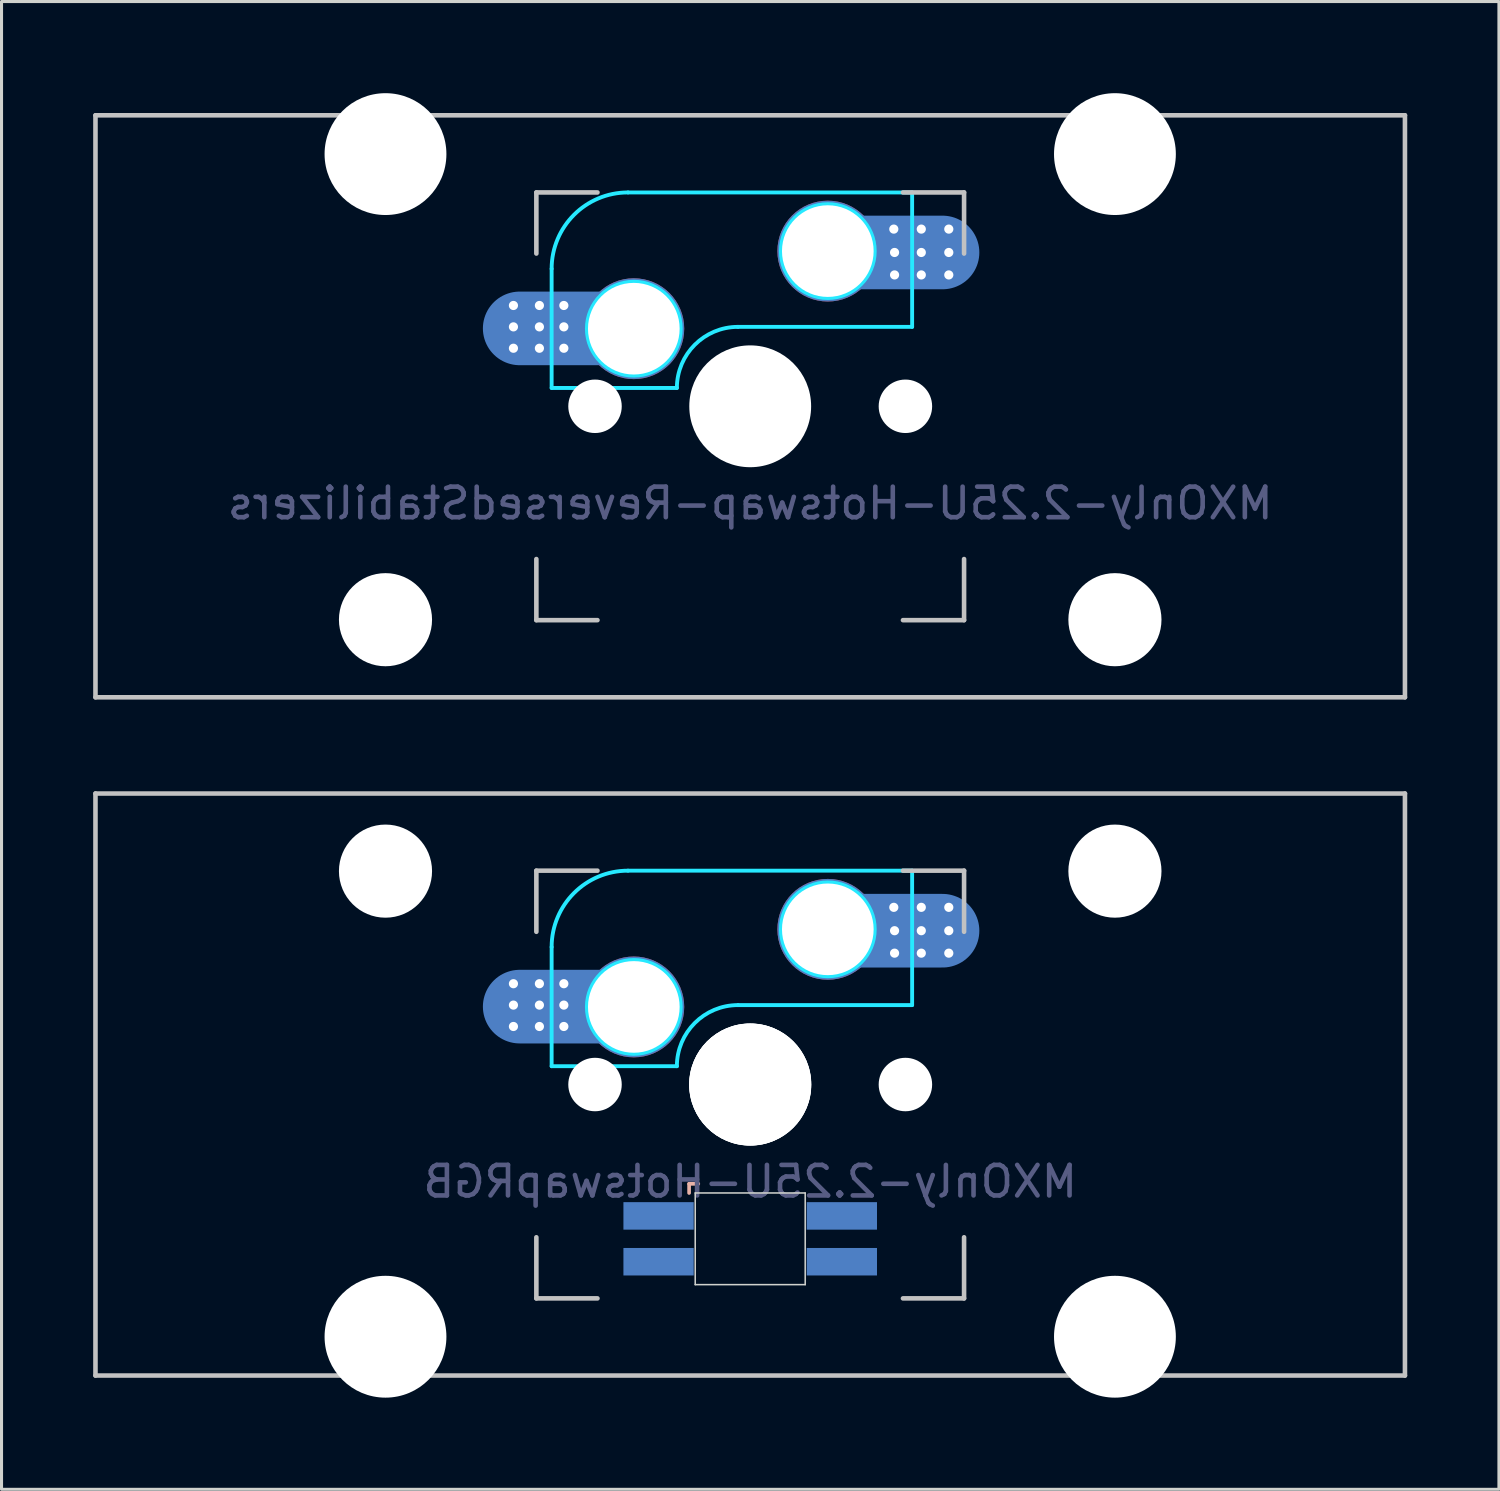
<source format=kicad_pcb>
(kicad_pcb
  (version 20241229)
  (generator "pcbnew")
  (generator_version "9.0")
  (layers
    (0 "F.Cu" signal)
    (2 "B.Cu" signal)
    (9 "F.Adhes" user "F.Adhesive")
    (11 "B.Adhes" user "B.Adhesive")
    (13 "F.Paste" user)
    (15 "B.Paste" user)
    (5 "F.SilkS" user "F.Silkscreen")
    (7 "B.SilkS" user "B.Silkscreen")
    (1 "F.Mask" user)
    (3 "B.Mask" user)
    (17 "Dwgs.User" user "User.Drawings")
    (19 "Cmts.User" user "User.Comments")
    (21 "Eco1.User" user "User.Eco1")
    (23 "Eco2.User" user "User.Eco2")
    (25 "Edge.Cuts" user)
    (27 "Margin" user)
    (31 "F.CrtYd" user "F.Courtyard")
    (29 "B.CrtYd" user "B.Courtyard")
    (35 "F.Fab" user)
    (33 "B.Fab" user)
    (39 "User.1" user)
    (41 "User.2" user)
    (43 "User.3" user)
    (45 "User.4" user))
  (footprint "MXOnly-2.25U-HotswapRGB"
    (layer "F.Cu")
    (at 21.506 32.449)
    (property "Reference" "MXOnly-2.25U-HotswapRGB" (at 0 3.175 0) (layer "B.Fab") (effects (font (size 1 1) (thickness 0.15)) (justify mirror)))
    (attr smd)
    (fp_line (start -2 3.25) (end -2 3.55) (stroke (width 0.12) (type solid)) (layer "B.SilkS"))
    (fp_line (start -1.7 3.25) (end -2 3.25) (stroke (width 0.12) (type solid)) (layer "B.SilkS"))
    (fp_line (start -21.431 -9.525) (end 21.431 -9.525) (stroke (width 0.15) (type solid)) (layer "Dwgs.User"))
    (fp_line (start -21.431 9.525) (end -21.431 -9.525) (stroke (width 0.15) (type solid)) (layer "Dwgs.User"))
    (fp_line (start -7 -7) (end -7 -5) (stroke (width 0.15) (type solid)) (layer "Dwgs.User"))
    (fp_line (start -7 5) (end -7 7) (stroke (width 0.15) (type solid)) (layer "Dwgs.User"))
    (fp_line (start -7 7) (end -5 7) (stroke (width 0.15) (type solid)) (layer "Dwgs.User"))
    (fp_line (start -5 -7) (end -7 -7) (stroke (width 0.15) (type solid)) (layer "Dwgs.User"))
    (fp_line (start 5 -7) (end 7 -7) (stroke (width 0.15) (type solid)) (layer "Dwgs.User"))
    (fp_line (start 5 7) (end 7 7) (stroke (width 0.15) (type solid)) (layer "Dwgs.User"))
    (fp_line (start 7 -5) (end 7 -7) (stroke (width 0.15) (type solid)) (layer "Dwgs.User"))
    (fp_line (start 7 7) (end 7 5) (stroke (width 0.15) (type solid)) (layer "Dwgs.User"))
    (fp_line (start 21.431 -9.525) (end 21.431 9.525) (stroke (width 0.15) (type solid)) (layer "Dwgs.User"))
    (fp_line (start 21.431 9.525) (end -21.431 9.525) (stroke (width 0.15) (type solid)) (layer "Dwgs.User"))
    (fp_line (start -1.8 3.55) (end -1.8 6.55) (stroke (width 0.05) (type default)) (layer "Edge.Cuts"))
    (fp_line (start -1.8 3.55) (end 1.8 3.55) (stroke (width 0.05) (type solid)) (layer "Edge.Cuts"))
    (fp_line (start 1.8 3.55) (end 1.8 6.55) (stroke (width 0.05) (type default)) (layer "Edge.Cuts"))
    (fp_line (start 1.8 6.55) (end -1.8 6.55) (stroke (width 0.05) (type solid)) (layer "Edge.Cuts"))
    (fp_line (start -6.5 -4.5) (end -6.5 -0.6) (stroke (width 0.127) (type solid)) (layer "B.CrtYd"))
    (fp_line (start -6.5 -0.6) (end -2.4 -0.6) (stroke (width 0.127) (type solid)) (layer "B.CrtYd"))
    (fp_line (start -0.4 -2.6) (end 5.3 -2.6) (stroke (width 0.127) (type solid)) (layer "B.CrtYd"))
    (fp_line (start 5.3 -7) (end -4 -7) (stroke (width 0.127) (type solid)) (layer "B.CrtYd"))
    (fp_line (start 5.3 -7) (end 5.3 -2.6) (stroke (width 0.127) (type solid)) (layer "B.CrtYd"))
    (fp_arc (start -6.5 -4.5) (mid -5.767767 -6.267767) (end -4 -7) (stroke (width 0.127) (type solid)) (layer "B.CrtYd"))
    (fp_arc (start -2.4 -0.6) (mid -1.814214 -2.014214) (end -0.4 -2.6) (stroke (width 0.127) (type solid)) (layer "B.CrtYd"))
    (fp_circle (center -3.81 -2.54) (end -2.286 -2.54) (stroke (width 0.15) (type solid)) (fill no) (layer "B.CrtYd"))
    (fp_circle (center 2.54 -5.08) (end 2.54 -6.604) (stroke (width 0.15) (type solid)) (fill no) (layer "B.CrtYd"))
    (pad "" np_thru_hole circle (at -11.938 -6.985) (size 3.048 3.048) (drill 3.048) (layers "*.Cu" "*.Mask"))
    (pad "" np_thru_hole circle (at -11.938 8.255) (size 3.988 3.988) (drill 3.988) (layers "*.Cu" "*.Mask"))
    (pad "" np_thru_hole circle (at -5.08 0 48.1) (size 1.75 1.75) (drill 1.75) (layers "*.Cu" "*.Mask"))
    (pad "" np_thru_hole circle (at 0 0) (size 3.988 3.988) (drill 3.988) (layers "*.Cu" "*.Mask"))
    (pad "" np_thru_hole circle (at 0 0) (size 3.988 3.988) (drill 3.988) (layers "*.Cu" "*.Mask"))
    (pad "" np_thru_hole circle (at 0 0) (size 4 4) (drill 4) (layers "*.Cu" "*.Mask"))
    (pad "" np_thru_hole circle (at 5.08 0 48.1) (size 1.75 1.75) (drill 1.75) (layers "*.Cu" "*.Mask"))
    (pad "" np_thru_hole circle (at 11.938 -6.985) (size 3.048 3.048) (drill 3.048) (layers "*.Cu" "*.Mask"))
    (pad "" np_thru_hole circle (at 11.938 8.255) (size 3.988 3.988) (drill 3.988) (layers "*.Cu" "*.Mask"))
    (pad "1" thru_hole circle (at 2.54 -5.08) (size 3.3 3.3) (drill 3) (layers "*.Cu" "B.Mask"))
    (pad "1" thru_hole circle (at 4.7 -5.8) (size 0.4 0.4) (drill 0.3) (layers "*.Cu" "B.Mask"))
    (pad "1" thru_hole circle (at 4.725 -5.035) (size 0.4 0.4) (drill 0.3) (layers "*.Cu" "B.Mask"))
    (pad "1" thru_hole circle (at 4.725 -4.3) (size 0.4 0.4) (drill 0.3) (layers "*.Cu" "B.Mask"))
    (pad "1" smd oval (at 4.75 -5.035) (size 5.5 2.41) (layers "B.Cu" "B.Mask" "B.Paste"))
    (pad "1" thru_hole circle (at 5.6 -5.8) (size 0.4 0.4) (drill 0.3) (layers "*.Cu" "B.Mask"))
    (pad "1" thru_hole circle (at 5.6 -5.035) (size 0.4 0.4) (drill 0.3) (layers "*.Cu" "B.Mask"))
    (pad "1" thru_hole circle (at 5.6 -4.3) (size 0.4 0.4) (drill 0.3) (layers "*.Cu" "B.Mask"))
    (pad "1" thru_hole circle (at 6.5 -5.8) (size 0.4 0.4) (drill 0.3) (layers "*.Cu" "B.Mask"))
    (pad "1" thru_hole circle (at 6.5 -5.035) (size 0.4 0.4) (drill 0.3) (layers "*.Cu" "B.Mask"))
    (pad "1" thru_hole circle (at 6.5 -4.3) (size 0.4 0.4) (drill 0.3) (layers "*.Cu" "B.Mask"))
    (pad "2" thru_hole circle (at -7.75 -3.3) (size 0.4 0.4) (drill 0.3) (layers "*.Cu" "B.Mask"))
    (pad "2" thru_hole circle (at -7.75 -2.6) (size 0.4 0.4) (drill 0.3) (layers "*.Cu" "B.Mask"))
    (pad "2" thru_hole circle (at -7.75 -1.9) (size 0.4 0.4) (drill 0.3) (layers "*.Cu" "B.Mask"))
    (pad "2" thru_hole circle (at -6.9 -3.3) (size 0.4 0.4) (drill 0.3) (layers "*.Cu" "B.Mask"))
    (pad "2" thru_hole circle (at -6.9 -2.6) (size 0.4 0.4) (drill 0.3) (layers "*.Cu" "B.Mask"))
    (pad "2" thru_hole circle (at -6.9 -1.9) (size 0.4 0.4) (drill 0.3) (layers "*.Cu" "B.Mask"))
    (pad "2" thru_hole circle (at -6.1 -3.3) (size 0.4 0.4) (drill 0.3) (layers "*.Cu" "B.Mask"))
    (pad "2" thru_hole circle (at -6.1 -2.6) (size 0.4 0.4) (drill 0.3) (layers "*.Cu" "B.Mask"))
    (pad "2" thru_hole circle (at -6.1 -1.9) (size 0.4 0.4) (drill 0.3) (layers "*.Cu" "B.Mask"))
    (pad "2" smd oval (at -6 -2.55) (size 5.5 2.41) (layers "B.Cu" "B.Mask" "B.Paste"))
    (pad "2" thru_hole circle (at -3.81 -2.54) (size 3.3 3.3) (drill 3) (layers "*.Cu" "B.Mask"))
    (pad "3" smd rect (at -3 4.3) (size 2.3 0.9) (layers "B.Cu" "B.Mask" "B.Paste"))
    (pad "4" smd rect (at -3 5.8) (size 2.3 0.9) (layers "B.Cu" "B.Mask" "B.Paste"))
    (pad "5" smd rect (at 3 4.3) (size 2.3 0.9) (layers "B.Cu" "B.Mask" "B.Paste"))
    (pad "6" smd rect (at 3 5.8) (size 2.3 0.9) (layers "B.Cu" "B.Mask" "B.Paste")))
  (footprint "MXOnly-2.25U-Hotswap-ReversedStabilizers"
    (layer "F.Cu")
    (at 21.506 10.249)
    (property "Reference" "MXOnly-2.25U-Hotswap-ReversedStabilizers" (at 0 3.175 0) (layer "B.Fab") (effects (font (size 1 1) (thickness 0.15)) (justify mirror)))
    (attr smd)
    (fp_line (start -21.431 -9.525) (end 21.431 -9.525) (stroke (width 0.15) (type solid)) (layer "Dwgs.User"))
    (fp_line (start -21.431 9.525) (end -21.431 -9.525) (stroke (width 0.15) (type solid)) (layer "Dwgs.User"))
    (fp_line (start -7 -7) (end -7 -5) (stroke (width 0.15) (type solid)) (layer "Dwgs.User"))
    (fp_line (start -7 5) (end -7 7) (stroke (width 0.15) (type solid)) (layer "Dwgs.User"))
    (fp_line (start -7 7) (end -5 7) (stroke (width 0.15) (type solid)) (layer "Dwgs.User"))
    (fp_line (start -5 -7) (end -7 -7) (stroke (width 0.15) (type solid)) (layer "Dwgs.User"))
    (fp_line (start 5 -7) (end 7 -7) (stroke (width 0.15) (type solid)) (layer "Dwgs.User"))
    (fp_line (start 5 7) (end 7 7) (stroke (width 0.15) (type solid)) (layer "Dwgs.User"))
    (fp_line (start 7 -5) (end 7 -7) (stroke (width 0.15) (type solid)) (layer "Dwgs.User"))
    (fp_line (start 7 7) (end 7 5) (stroke (width 0.15) (type solid)) (layer "Dwgs.User"))
    (fp_line (start 21.431 -9.525) (end 21.431 9.525) (stroke (width 0.15) (type solid)) (layer "Dwgs.User"))
    (fp_line (start 21.431 9.525) (end -21.431 9.525) (stroke (width 0.15) (type solid)) (layer "Dwgs.User"))
    (fp_line (start -6.5 -4.5) (end -6.5 -0.6) (stroke (width 0.127) (type solid)) (layer "B.CrtYd"))
    (fp_line (start -6.5 -0.6) (end -2.4 -0.6) (stroke (width 0.127) (type solid)) (layer "B.CrtYd"))
    (fp_line (start -0.4 -2.6) (end 5.3 -2.6) (stroke (width 0.127) (type solid)) (layer "B.CrtYd"))
    (fp_line (start 5.3 -7) (end -4 -7) (stroke (width 0.127) (type solid)) (layer "B.CrtYd"))
    (fp_line (start 5.3 -7) (end 5.3 -2.6) (stroke (width 0.127) (type solid)) (layer "B.CrtYd"))
    (fp_arc (start -6.5 -4.5) (mid -5.767767 -6.267767) (end -4 -7) (stroke (width 0.127) (type solid)) (layer "B.CrtYd"))
    (fp_arc (start -2.4 -0.6) (mid -1.814214 -2.014214) (end -0.4 -2.6) (stroke (width 0.127) (type solid)) (layer "B.CrtYd"))
    (fp_circle (center -3.81 -2.54) (end -2.286 -2.54) (stroke (width 0.15) (type solid)) (fill no) (layer "B.CrtYd"))
    (fp_circle (center 2.54 -5.08) (end 2.54 -6.604) (stroke (width 0.15) (type solid)) (fill no) (layer "B.CrtYd"))
    (pad "" np_thru_hole circle (at -11.938 -8.255) (size 3.988 3.988) (drill 3.988) (layers "*.Cu" "*.Mask"))
    (pad "" np_thru_hole circle (at -11.938 6.985) (size 3.048 3.048) (drill 3.048) (layers "*.Cu" "*.Mask"))
    (pad "" np_thru_hole circle (at -5.08 0 48.1) (size 1.75 1.75) (drill 1.75) (layers "*.Cu" "*.Mask"))
    (pad "" np_thru_hole circle (at 0 0) (size 3.988 3.988) (drill 3.988) (layers "*.Cu" "*.Mask"))
    (pad "" np_thru_hole circle (at 5.08 0 48.1) (size 1.75 1.75) (drill 1.75) (layers "*.Cu" "*.Mask"))
    (pad "" np_thru_hole circle (at 11.938 -8.255) (size 3.988 3.988) (drill 3.988) (layers "*.Cu" "*.Mask"))
    (pad "" np_thru_hole circle (at 11.938 6.985) (size 3.048 3.048) (drill 3.048) (layers "*.Cu" "*.Mask"))
    (pad "1" thru_hole circle (at 2.54 -5.08) (size 3.3 3.3) (drill 3) (layers "*.Cu" "B.Mask"))
    (pad "1" thru_hole circle (at 4.7 -5.8) (size 0.4 0.4) (drill 0.3) (layers "*.Cu" "B.Mask"))
    (pad "1" thru_hole circle (at 4.725 -5.035) (size 0.4 0.4) (drill 0.3) (layers "*.Cu" "B.Mask"))
    (pad "1" thru_hole circle (at 4.725 -4.3) (size 0.4 0.4) (drill 0.3) (layers "*.Cu" "B.Mask"))
    (pad "1" smd oval (at 4.75 -5.035) (size 5.5 2.41) (layers "B.Cu" "B.Mask" "B.Paste"))
    (pad "1" thru_hole circle (at 5.6 -5.8) (size 0.4 0.4) (drill 0.3) (layers "*.Cu" "B.Mask"))
    (pad "1" thru_hole circle (at 5.6 -5.035) (size 0.4 0.4) (drill 0.3) (layers "*.Cu" "B.Mask"))
    (pad "1" thru_hole circle (at 5.6 -4.3) (size 0.4 0.4) (drill 0.3) (layers "*.Cu" "B.Mask"))
    (pad "1" thru_hole circle (at 6.5 -5.8) (size 0.4 0.4) (drill 0.3) (layers "*.Cu" "B.Mask"))
    (pad "1" thru_hole circle (at 6.5 -5.035) (size 0.4 0.4) (drill 0.3) (layers "*.Cu" "B.Mask"))
    (pad "1" thru_hole circle (at 6.5 -4.3) (size 0.4 0.4) (drill 0.3) (layers "*.Cu" "B.Mask"))
    (pad "2" thru_hole circle (at -7.75 -3.3) (size 0.4 0.4) (drill 0.3) (layers "*.Cu" "B.Mask"))
    (pad "2" thru_hole circle (at -7.75 -2.6) (size 0.4 0.4) (drill 0.3) (layers "*.Cu" "B.Mask"))
    (pad "2" thru_hole circle (at -7.75 -1.9) (size 0.4 0.4) (drill 0.3) (layers "*.Cu" "B.Mask"))
    (pad "2" thru_hole circle (at -6.9 -3.3) (size 0.4 0.4) (drill 0.3) (layers "*.Cu" "B.Mask"))
    (pad "2" thru_hole circle (at -6.9 -2.6) (size 0.4 0.4) (drill 0.3) (layers "*.Cu" "B.Mask"))
    (pad "2" thru_hole circle (at -6.9 -1.9) (size 0.4 0.4) (drill 0.3) (layers "*.Cu" "B.Mask"))
    (pad "2" thru_hole circle (at -6.1 -3.3) (size 0.4 0.4) (drill 0.3) (layers "*.Cu" "B.Mask"))
    (pad "2" thru_hole circle (at -6.1 -2.6) (size 0.4 0.4) (drill 0.3) (layers "*.Cu" "B.Mask"))
    (pad "2" thru_hole circle (at -6.1 -1.9) (size 0.4 0.4) (drill 0.3) (layers "*.Cu" "B.Mask"))
    (pad "2" smd oval (at -6 -2.55) (size 5.5 2.41) (layers "B.Cu" "B.Mask" "B.Paste"))
    (pad "2" thru_hole circle (at -3.81 -2.54) (size 3.3 3.3) (drill 3) (layers "*.Cu" "B.Mask")))
  (gr_rect
    (start -3 -3)
    (end 46.013 45.698)
    (stroke (width 0.1) (type default))
    (fill no)
    (layer "Edge.Cuts")))
</source>
